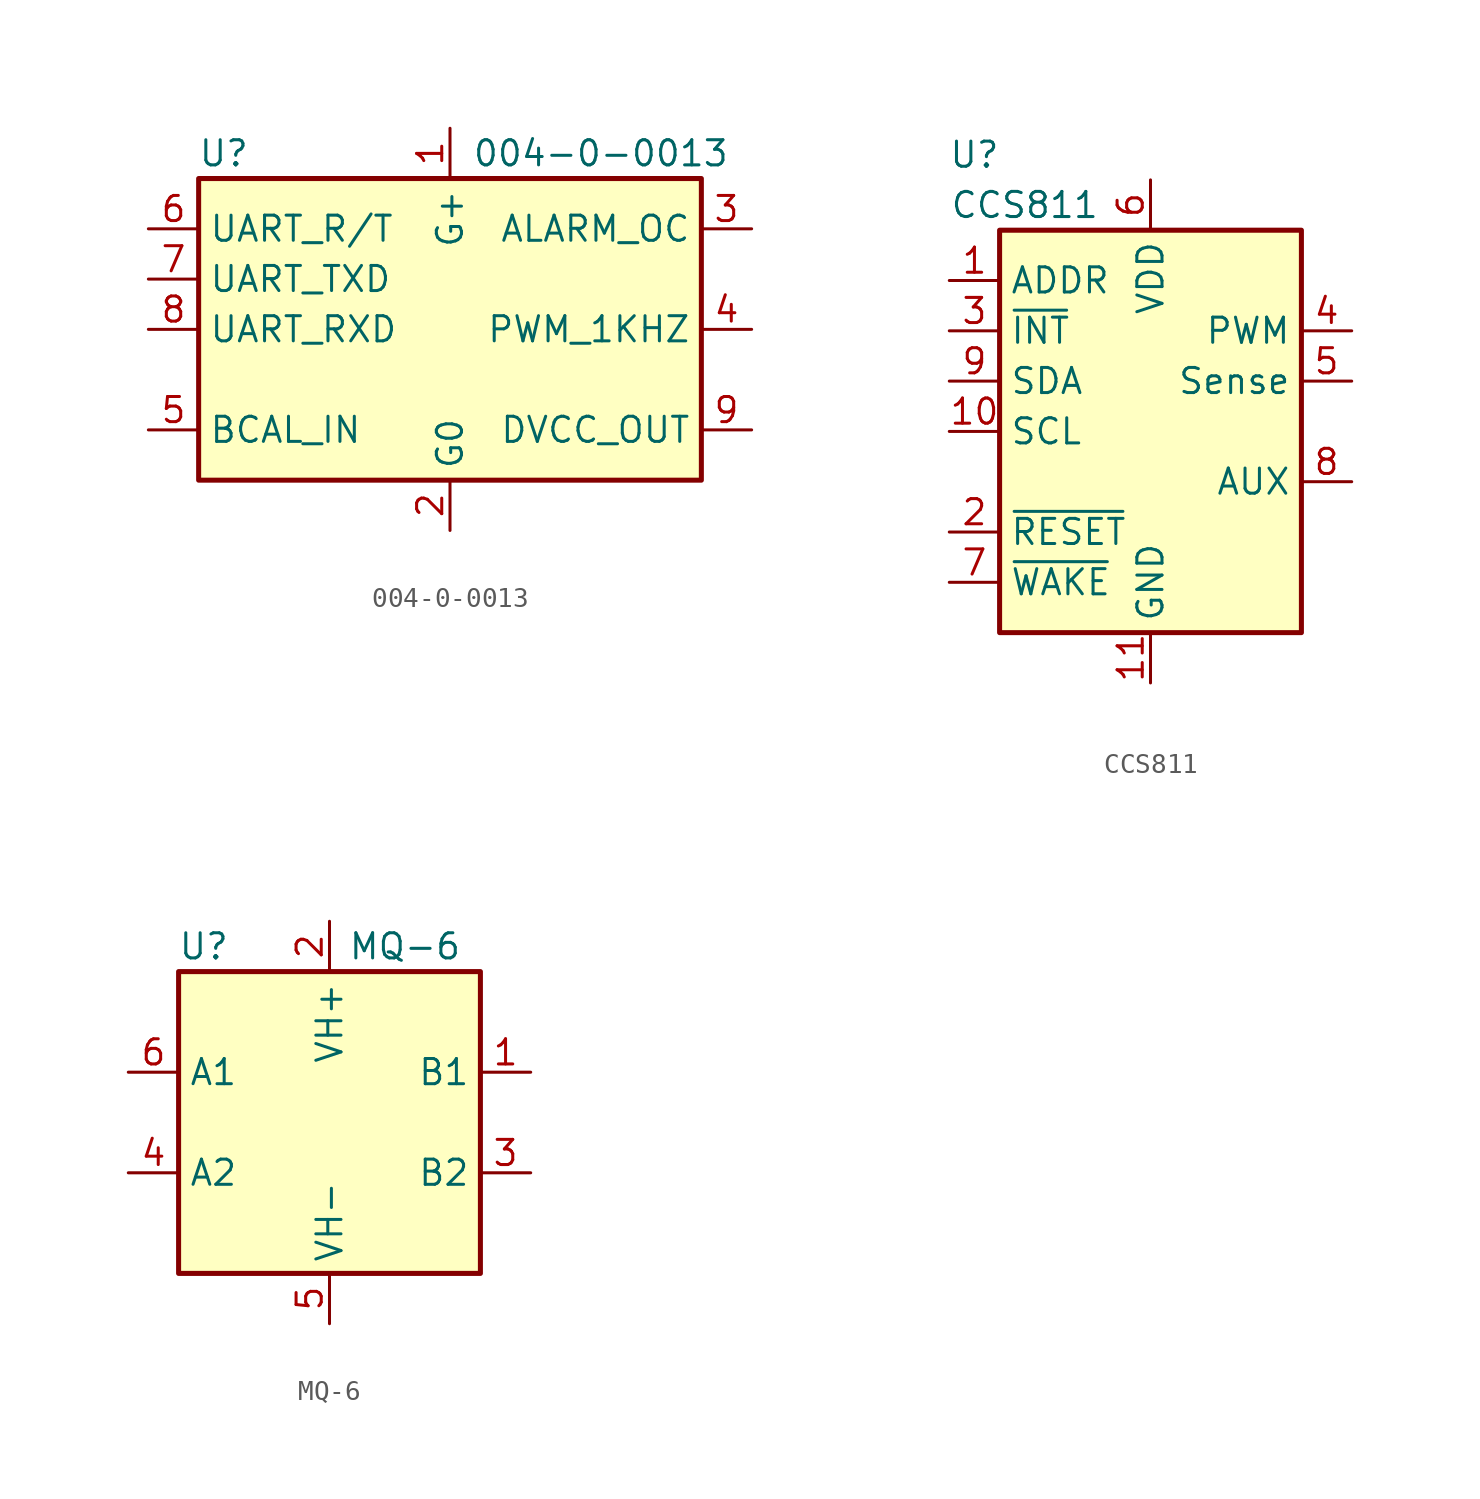
<source format=kicad_sym>
(kicad_symbol_lib
  (version 20241209)
  (generator "kicad_symbol_editor")
  (generator_version "9.0")
  (symbol "004-0-0013"
    (property "Reference" "U"
      (at -11.43 8.89 0)
      (effects (font (size 1.27 1.27))))
    (property "Value" "004-0-0013"
      (at 7.62 8.89 0)
      (effects (font (size 1.27 1.27))))
    (symbol "004-0-0013_0_1"
      (rectangle (start -12.7 7.62) (end 12.7 -7.62) (stroke (width 0.254) (type solid)) (fill (type background))))
    (symbol "004-0-0013_1_1"
      (pin output line (at -15.24 5.08 0) (length 2.54) (name "UART_R/T" (effects (font (size 1.27 1.27)))) (number "6" (effects (font (size 1.27 1.27)))))
      (pin output line (at -15.24 2.54 0) (length 2.54) (name "UART_TXD" (effects (font (size 1.27 1.27)))) (number "7" (effects (font (size 1.27 1.27)))))
      (pin input line (at -15.24 0 0) (length 2.54) (name "UART_RXD" (effects (font (size 1.27 1.27)))) (number "8" (effects (font (size 1.27 1.27)))))
      (pin input line (at -15.24 -5.08 0) (length 2.54) (name "BCAL_IN" (effects (font (size 1.27 1.27)))) (number "5" (effects (font (size 1.27 1.27)))))
      (pin power_in line (at 0 10.16 270) (length 2.54) (name "G+" (effects (font (size 1.27 1.27)))) (number "1" (effects (font (size 1.27 1.27)))))
      (pin power_in line (at 0 -10.16 90) (length 2.54) (name "G0" (effects (font (size 1.27 1.27)))) (number "2" (effects (font (size 1.27 1.27)))))
      (pin open_collector line (at 15.24 5.08 180) (length 2.54) (name "ALARM_OC" (effects (font (size 1.27 1.27)))) (number "3" (effects (font (size 1.27 1.27)))))
      (pin output line (at 15.24 0 180) (length 2.54) (name "PWM_1KHZ" (effects (font (size 1.27 1.27)))) (number "4" (effects (font (size 1.27 1.27)))))
      (pin power_out line (at 15.24 -5.08 180) (length 2.54) (name "DVCC_OUT" (effects (font (size 1.27 1.27)))) (number "9" (effects (font (size 1.27 1.27)))))))
  (symbol "CCS811"
    (property "Reference" "U"
      (at -8.89 13.97 0)
      (effects (font (size 1.27 1.27))))
    (property "Value" "CCS811"
      (at -6.35 11.43 0)
      (effects (font (size 1.27 1.27))))
    (symbol "CCS811_0_1"
      (rectangle (start -7.62 10.16) (end 7.62 -10.16) (stroke (width 0.254) (type solid)) (fill (type background))))
    (symbol "CCS811_1_1"
      (pin input line (at -10.16 7.62 0) (length 2.54) (name "ADDR" (effects (font (size 1.27 1.27)))) (number "1" (effects (font (size 1.27 1.27)))))
      (pin output line (at -10.16 5.08 0) (length 2.54) (name "~{INT}" (effects (font (size 1.27 1.27)))) (number "3" (effects (font (size 1.27 1.27)))))
      (pin bidirectional line (at -10.16 2.54 0) (length 2.54) (name "SDA" (effects (font (size 1.27 1.27)))) (number "9" (effects (font (size 1.27 1.27)))))
      (pin input line (at -10.16 0 0) (length 2.54) (name "SCL" (effects (font (size 1.27 1.27)))) (number "10" (effects (font (size 1.27 1.27)))))
      (pin input line (at -10.16 -5.08 0) (length 2.54) (name "~{RESET}" (effects (font (size 1.27 1.27)))) (number "2" (effects (font (size 1.27 1.27)))))
      (pin input line (at -10.16 -7.62 0) (length 2.54) (name "~{WAKE}" (effects (font (size 1.27 1.27)))) (number "7" (effects (font (size 1.27 1.27)))))
      (pin power_in line (at 0 12.7 270) (length 2.54) (name "VDD" (effects (font (size 1.27 1.27)))) (number "6" (effects (font (size 1.27 1.27)))))
      (pin power_in line (at 0 -12.7 90) (length 2.54) (name "GND" (effects (font (size 1.27 1.27)))) (number "11" (effects (font (size 1.27 1.27)))))
      (pin output line (at 10.16 5.08 180) (length 2.54) (name "PWM" (effects (font (size 1.27 1.27)))) (number "4" (effects (font (size 1.27 1.27)))))
      (pin bidirectional line (at 10.16 2.54 180) (length 2.54) (name "Sense" (effects (font (size 1.27 1.27)))) (number "5" (effects (font (size 1.27 1.27)))))
      (pin input line (at 10.16 -2.54 180) (length 2.54) (name "AUX" (effects (font (size 1.27 1.27)))) (number "8" (effects (font (size 1.27 1.27)))))))
  (symbol "MQ-6"
    (property "Reference" "U"
      (at -6.35 8.89 0)
      (effects (font (size 1.27 1.27))))
    (property "Value" "MQ-6"
      (at 3.81 8.89 0)
      (effects (font (size 1.27 1.27))))
    (symbol "MQ-6_0_1"
      (rectangle (start -7.62 7.62) (end 7.62 -7.62) (stroke (width 0.254) (type solid)) (fill (type background))))
    (symbol "MQ-6_1_1"
      (pin passive line (at -10.16 2.54 0) (length 2.54) (name "A1" (effects (font (size 1.27 1.27)))) (number "6" (effects (font (size 1.27 1.27)))))
      (pin passive line (at -10.16 -2.54 0) (length 2.54) (name "A2" (effects (font (size 1.27 1.27)))) (number "4" (effects (font (size 1.27 1.27)))))
      (pin power_in line (at 0 10.16 270) (length 2.54) (name "VH+" (effects (font (size 1.27 1.27)))) (number "2" (effects (font (size 1.27 1.27)))))
      (pin power_in line (at 0 -10.16 90) (length 2.54) (name "VH-" (effects (font (size 1.27 1.27)))) (number "5" (effects (font (size 1.27 1.27)))))
      (pin passive line (at 10.16 2.54 180) (length 2.54) (name "B1" (effects (font (size 1.27 1.27)))) (number "1" (effects (font (size 1.27 1.27)))))
      (pin passive line (at 10.16 -2.54 180) (length 2.54) (name "B2" (effects (font (size 1.27 1.27)))) (number "3" (effects (font (size 1.27 1.27))))))))
</source>
